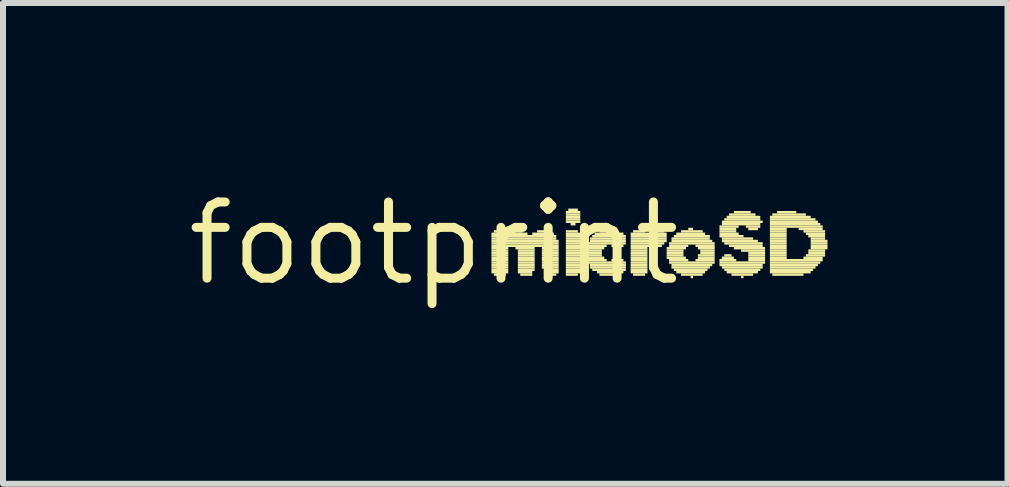
<source format=kicad_pcb>
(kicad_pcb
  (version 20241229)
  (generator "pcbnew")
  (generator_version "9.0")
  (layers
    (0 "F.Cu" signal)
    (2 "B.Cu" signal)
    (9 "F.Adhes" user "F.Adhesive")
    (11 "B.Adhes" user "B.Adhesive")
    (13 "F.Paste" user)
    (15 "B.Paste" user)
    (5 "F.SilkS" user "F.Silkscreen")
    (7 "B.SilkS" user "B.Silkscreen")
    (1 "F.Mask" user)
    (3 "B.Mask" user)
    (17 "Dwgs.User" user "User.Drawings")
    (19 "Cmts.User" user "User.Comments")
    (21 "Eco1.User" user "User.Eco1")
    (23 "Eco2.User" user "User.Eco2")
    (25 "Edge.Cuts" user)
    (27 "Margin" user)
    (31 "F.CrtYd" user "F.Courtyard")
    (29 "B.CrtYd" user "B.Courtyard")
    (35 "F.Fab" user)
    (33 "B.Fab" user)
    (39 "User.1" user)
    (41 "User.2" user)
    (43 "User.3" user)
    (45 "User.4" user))
  (footprint "footprint"
    (layer "F.Cu")
    (at 4.18 1.006)
    (property "Reference" "footprint" (at 0 0 0) (layer "F.SilkS") (effects (font (size 1.27 1.27) (thickness 0.15))))
    (fp_poly (pts (xy 0.96 -0.14) (xy 1.2 -0.14) (xy 1.2 -0.18) (xy 0.96 -0.18)) (stroke (width 0) (type solid)) (fill yes) (layer "F.SilkS"))
    (fp_poly (pts (xy 0.96 -0.1) (xy 2.04 -0.1) (xy 2.04 -0.14) (xy 0.96 -0.14)) (stroke (width 0) (type solid)) (fill yes) (layer "F.SilkS"))
    (fp_poly (pts (xy 0.96 -0.06) (xy 2.04 -0.06) (xy 2.04 -0.1) (xy 0.96 -0.1)) (stroke (width 0) (type solid)) (fill yes) (layer "F.SilkS"))
    (fp_poly (pts (xy 0.96 -0.02) (xy 2.08 -0.02) (xy 2.08 -0.06) (xy 0.96 -0.06)) (stroke (width 0) (type solid)) (fill yes) (layer "F.SilkS"))
    (fp_poly (pts (xy 0.96 0.02) (xy 2.08 0.02) (xy 2.08 -0.02) (xy 0.96 -0.02)) (stroke (width 0) (type solid)) (fill yes) (layer "F.SilkS"))
    (fp_poly (pts (xy 0.96 0.06) (xy 2.08 0.06) (xy 2.08 0.02) (xy 0.96 0.02)) (stroke (width 0) (type solid)) (fill yes) (layer "F.SilkS"))
    (fp_poly (pts (xy 0.96 0.1) (xy 1.24 0.1) (xy 1.24 0.06) (xy 0.96 0.06)) (stroke (width 0) (type solid)) (fill yes) (layer "F.SilkS"))
    (fp_poly (pts (xy 0.96 0.14) (xy 1.24 0.14) (xy 1.24 0.1) (xy 0.96 0.1)) (stroke (width 0) (type solid)) (fill yes) (layer "F.SilkS"))
    (fp_poly (pts (xy 0.96 0.18) (xy 1.24 0.18) (xy 1.24 0.14) (xy 0.96 0.14)) (stroke (width 0) (type solid)) (fill yes) (layer "F.SilkS"))
    (fp_poly (pts (xy 0.96 0.22) (xy 1.24 0.22) (xy 1.24 0.18) (xy 0.96 0.18)) (stroke (width 0) (type solid)) (fill yes) (layer "F.SilkS"))
    (fp_poly (pts (xy 0.96 0.26) (xy 1.24 0.26) (xy 1.24 0.22) (xy 0.96 0.22)) (stroke (width 0) (type solid)) (fill yes) (layer "F.SilkS"))
    (fp_poly (pts (xy 0.96 0.3) (xy 1.24 0.3) (xy 1.24 0.26) (xy 0.96 0.26)) (stroke (width 0) (type solid)) (fill yes) (layer "F.SilkS"))
    (fp_poly (pts (xy 0.96 0.34) (xy 1.24 0.34) (xy 1.24 0.3) (xy 0.96 0.3)) (stroke (width 0) (type solid)) (fill yes) (layer "F.SilkS"))
    (fp_poly (pts (xy 0.96 0.38) (xy 1.24 0.38) (xy 1.24 0.34) (xy 0.96 0.34)) (stroke (width 0) (type solid)) (fill yes) (layer "F.SilkS"))
    (fp_poly (pts (xy 0.96 0.42) (xy 1.24 0.42) (xy 1.24 0.38) (xy 0.96 0.38)) (stroke (width 0) (type solid)) (fill yes) (layer "F.SilkS"))
    (fp_poly (pts (xy 0.96 0.46) (xy 1.24 0.46) (xy 1.24 0.42) (xy 0.96 0.42)) (stroke (width 0) (type solid)) (fill yes) (layer "F.SilkS"))
    (fp_poly (pts (xy 0.96 0.5) (xy 1.24 0.5) (xy 1.24 0.46) (xy 0.96 0.46)) (stroke (width 0) (type solid)) (fill yes) (layer "F.SilkS"))
    (fp_poly (pts (xy 1 -0.18) (xy 1.2 -0.18) (xy 1.2 -0.22) (xy 1 -0.22)) (stroke (width 0) (type solid)) (fill yes) (layer "F.SilkS"))
    (fp_poly (pts (xy 1 0.54) (xy 1.2 0.54) (xy 1.2 0.5) (xy 1 0.5)) (stroke (width 0) (type solid)) (fill yes) (layer "F.SilkS"))
    (fp_poly (pts (xy 1.24 -0.14) (xy 1.56 -0.14) (xy 1.56 -0.18) (xy 1.24 -0.18)) (stroke (width 0) (type solid)) (fill yes) (layer "F.SilkS"))
    (fp_poly (pts (xy 1.28 -0.18) (xy 1.48 -0.18) (xy 1.48 -0.22) (xy 1.28 -0.22)) (stroke (width 0) (type solid)) (fill yes) (layer "F.SilkS"))
    (fp_poly (pts (xy 1.36 0.1) (xy 1.68 0.1) (xy 1.68 0.06) (xy 1.36 0.06)) (stroke (width 0) (type solid)) (fill yes) (layer "F.SilkS"))
    (fp_poly (pts (xy 1.4 0.14) (xy 1.68 0.14) (xy 1.68 0.1) (xy 1.4 0.1)) (stroke (width 0) (type solid)) (fill yes) (layer "F.SilkS"))
    (fp_poly (pts (xy 1.4 0.18) (xy 1.68 0.18) (xy 1.68 0.14) (xy 1.4 0.14)) (stroke (width 0) (type solid)) (fill yes) (layer "F.SilkS"))
    (fp_poly (pts (xy 1.4 0.22) (xy 1.68 0.22) (xy 1.68 0.18) (xy 1.4 0.18)) (stroke (width 0) (type solid)) (fill yes) (layer "F.SilkS"))
    (fp_poly (pts (xy 1.4 0.26) (xy 1.68 0.26) (xy 1.68 0.22) (xy 1.4 0.22)) (stroke (width 0) (type solid)) (fill yes) (layer "F.SilkS"))
    (fp_poly (pts (xy 1.4 0.3) (xy 1.68 0.3) (xy 1.68 0.26) (xy 1.4 0.26)) (stroke (width 0) (type solid)) (fill yes) (layer "F.SilkS"))
    (fp_poly (pts (xy 1.4 0.34) (xy 1.68 0.34) (xy 1.68 0.3) (xy 1.4 0.3)) (stroke (width 0) (type solid)) (fill yes) (layer "F.SilkS"))
    (fp_poly (pts (xy 1.4 0.38) (xy 1.68 0.38) (xy 1.68 0.34) (xy 1.4 0.34)) (stroke (width 0) (type solid)) (fill yes) (layer "F.SilkS"))
    (fp_poly (pts (xy 1.4 0.42) (xy 1.68 0.42) (xy 1.68 0.38) (xy 1.4 0.38)) (stroke (width 0) (type solid)) (fill yes) (layer "F.SilkS"))
    (fp_poly (pts (xy 1.4 0.46) (xy 1.68 0.46) (xy 1.68 0.42) (xy 1.4 0.42)) (stroke (width 0) (type solid)) (fill yes) (layer "F.SilkS"))
    (fp_poly (pts (xy 1.4 0.5) (xy 1.64 0.5) (xy 1.64 0.46) (xy 1.4 0.46)) (stroke (width 0) (type solid)) (fill yes) (layer "F.SilkS"))
    (fp_poly (pts (xy 1.44 0.54) (xy 1.64 0.54) (xy 1.64 0.5) (xy 1.44 0.5)) (stroke (width 0) (type solid)) (fill yes) (layer "F.SilkS"))
    (fp_poly (pts (xy 1.64 -0.14) (xy 2 -0.14) (xy 2 -0.18) (xy 1.64 -0.18)) (stroke (width 0) (type solid)) (fill yes) (layer "F.SilkS"))
    (fp_poly (pts (xy 1.72 -0.18) (xy 1.92 -0.18) (xy 1.92 -0.22) (xy 1.72 -0.22)) (stroke (width 0) (type solid)) (fill yes) (layer "F.SilkS"))
    (fp_poly (pts (xy 1.8 0.1) (xy 2.08 0.1) (xy 2.08 0.06) (xy 1.8 0.06)) (stroke (width 0) (type solid)) (fill yes) (layer "F.SilkS"))
    (fp_poly (pts (xy 1.8 0.14) (xy 2.08 0.14) (xy 2.08 0.1) (xy 1.8 0.1)) (stroke (width 0) (type solid)) (fill yes) (layer "F.SilkS"))
    (fp_poly (pts (xy 1.8 0.18) (xy 2.08 0.18) (xy 2.08 0.14) (xy 1.8 0.14)) (stroke (width 0) (type solid)) (fill yes) (layer "F.SilkS"))
    (fp_poly (pts (xy 1.8 0.22) (xy 2.08 0.22) (xy 2.08 0.18) (xy 1.8 0.18)) (stroke (width 0) (type solid)) (fill yes) (layer "F.SilkS"))
    (fp_poly (pts (xy 1.8 0.26) (xy 2.08 0.26) (xy 2.08 0.22) (xy 1.8 0.22)) (stroke (width 0) (type solid)) (fill yes) (layer "F.SilkS"))
    (fp_poly (pts (xy 1.8 0.3) (xy 2.08 0.3) (xy 2.08 0.26) (xy 1.8 0.26)) (stroke (width 0) (type solid)) (fill yes) (layer "F.SilkS"))
    (fp_poly (pts (xy 1.8 0.34) (xy 2.08 0.34) (xy 2.08 0.3) (xy 1.8 0.3)) (stroke (width 0) (type solid)) (fill yes) (layer "F.SilkS"))
    (fp_poly (pts (xy 1.8 0.38) (xy 2.08 0.38) (xy 2.08 0.34) (xy 1.8 0.34)) (stroke (width 0) (type solid)) (fill yes) (layer "F.SilkS"))
    (fp_poly (pts (xy 1.8 0.42) (xy 2.08 0.42) (xy 2.08 0.38) (xy 1.8 0.38)) (stroke (width 0) (type solid)) (fill yes) (layer "F.SilkS"))
    (fp_poly (pts (xy 1.84 0.46) (xy 2.08 0.46) (xy 2.08 0.42) (xy 1.84 0.42)) (stroke (width 0) (type solid)) (fill yes) (layer "F.SilkS"))
    (fp_poly (pts (xy 1.84 0.5) (xy 2.08 0.5) (xy 2.08 0.46) (xy 1.84 0.46)) (stroke (width 0) (type solid)) (fill yes) (layer "F.SilkS"))
    (fp_poly (pts (xy 1.84 0.54) (xy 2.04 0.54) (xy 2.04 0.5) (xy 1.84 0.5)) (stroke (width 0) (type solid)) (fill yes) (layer "F.SilkS"))
    (fp_poly (pts (xy 2.2 -0.5) (xy 2.44 -0.5) (xy 2.44 -0.54) (xy 2.2 -0.54)) (stroke (width 0) (type solid)) (fill yes) (layer "F.SilkS"))
    (fp_poly (pts (xy 2.2 -0.46) (xy 2.44 -0.46) (xy 2.44 -0.5) (xy 2.2 -0.5)) (stroke (width 0) (type solid)) (fill yes) (layer "F.SilkS"))
    (fp_poly (pts (xy 2.2 -0.42) (xy 2.44 -0.42) (xy 2.44 -0.46) (xy 2.2 -0.46)) (stroke (width 0) (type solid)) (fill yes) (layer "F.SilkS"))
    (fp_poly (pts (xy 2.2 -0.38) (xy 2.44 -0.38) (xy 2.44 -0.42) (xy 2.2 -0.42)) (stroke (width 0) (type solid)) (fill yes) (layer "F.SilkS"))
    (fp_poly (pts (xy 2.2 -0.34) (xy 2.44 -0.34) (xy 2.44 -0.38) (xy 2.2 -0.38)) (stroke (width 0) (type solid)) (fill yes) (layer "F.SilkS"))
    (fp_poly (pts (xy 2.2 -0.18) (xy 2.4 -0.18) (xy 2.4 -0.22) (xy 2.2 -0.22)) (stroke (width 0) (type solid)) (fill yes) (layer "F.SilkS"))
    (fp_poly (pts (xy 2.2 -0.14) (xy 2.44 -0.14) (xy 2.44 -0.18) (xy 2.2 -0.18)) (stroke (width 0) (type solid)) (fill yes) (layer "F.SilkS"))
    (fp_poly (pts (xy 2.2 -0.1) (xy 2.44 -0.1) (xy 2.44 -0.14) (xy 2.2 -0.14)) (stroke (width 0) (type solid)) (fill yes) (layer "F.SilkS"))
    (fp_poly (pts (xy 2.2 -0.06) (xy 2.44 -0.06) (xy 2.44 -0.1) (xy 2.2 -0.1)) (stroke (width 0) (type solid)) (fill yes) (layer "F.SilkS"))
    (fp_poly (pts (xy 2.2 -0.02) (xy 2.44 -0.02) (xy 2.44 -0.06) (xy 2.2 -0.06)) (stroke (width 0) (type solid)) (fill yes) (layer "F.SilkS"))
    (fp_poly (pts (xy 2.2 0.02) (xy 2.44 0.02) (xy 2.44 -0.02) (xy 2.2 -0.02)) (stroke (width 0) (type solid)) (fill yes) (layer "F.SilkS"))
    (fp_poly (pts (xy 2.2 0.06) (xy 2.44 0.06) (xy 2.44 0.02) (xy 2.2 0.02)) (stroke (width 0) (type solid)) (fill yes) (layer "F.SilkS"))
    (fp_poly (pts (xy 2.2 0.1) (xy 2.44 0.1) (xy 2.44 0.06) (xy 2.2 0.06)) (stroke (width 0) (type solid)) (fill yes) (layer "F.SilkS"))
    (fp_poly (pts (xy 2.2 0.14) (xy 2.44 0.14) (xy 2.44 0.1) (xy 2.2 0.1)) (stroke (width 0) (type solid)) (fill yes) (layer "F.SilkS"))
    (fp_poly (pts (xy 2.2 0.18) (xy 2.44 0.18) (xy 2.44 0.14) (xy 2.2 0.14)) (stroke (width 0) (type solid)) (fill yes) (layer "F.SilkS"))
    (fp_poly (pts (xy 2.2 0.22) (xy 2.44 0.22) (xy 2.44 0.18) (xy 2.2 0.18)) (stroke (width 0) (type solid)) (fill yes) (layer "F.SilkS"))
    (fp_poly (pts (xy 2.2 0.26) (xy 2.44 0.26) (xy 2.44 0.22) (xy 2.2 0.22)) (stroke (width 0) (type solid)) (fill yes) (layer "F.SilkS"))
    (fp_poly (pts (xy 2.2 0.3) (xy 2.44 0.3) (xy 2.44 0.26) (xy 2.2 0.26)) (stroke (width 0) (type solid)) (fill yes) (layer "F.SilkS"))
    (fp_poly (pts (xy 2.2 0.34) (xy 2.44 0.34) (xy 2.44 0.3) (xy 2.2 0.3)) (stroke (width 0) (type solid)) (fill yes) (layer "F.SilkS"))
    (fp_poly (pts (xy 2.2 0.38) (xy 2.44 0.38) (xy 2.44 0.34) (xy 2.2 0.34)) (stroke (width 0) (type solid)) (fill yes) (layer "F.SilkS"))
    (fp_poly (pts (xy 2.2 0.42) (xy 2.44 0.42) (xy 2.44 0.38) (xy 2.2 0.38)) (stroke (width 0) (type solid)) (fill yes) (layer "F.SilkS"))
    (fp_poly (pts (xy 2.2 0.46) (xy 2.44 0.46) (xy 2.44 0.42) (xy 2.2 0.42)) (stroke (width 0) (type solid)) (fill yes) (layer "F.SilkS"))
    (fp_poly (pts (xy 2.2 0.5) (xy 2.44 0.5) (xy 2.44 0.46) (xy 2.2 0.46)) (stroke (width 0) (type solid)) (fill yes) (layer "F.SilkS"))
    (fp_poly (pts (xy 2.2 0.54) (xy 2.4 0.54) (xy 2.4 0.5) (xy 2.2 0.5)) (stroke (width 0) (type solid)) (fill yes) (layer "F.SilkS"))
    (fp_poly (pts (xy 2.24 -0.54) (xy 2.4 -0.54) (xy 2.4 -0.58) (xy 2.24 -0.58)) (stroke (width 0) (type solid)) (fill yes) (layer "F.SilkS"))
    (fp_poly (pts (xy 2.28 -0.3) (xy 2.36 -0.3) (xy 2.36 -0.34) (xy 2.28 -0.34)) (stroke (width 0) (type solid)) (fill yes) (layer "F.SilkS"))
    (fp_poly (pts (xy 2.52 0.1) (xy 2.84 0.1) (xy 2.84 0.06) (xy 2.52 0.06)) (stroke (width 0) (type solid)) (fill yes) (layer "F.SilkS"))
    (fp_poly (pts (xy 2.52 0.14) (xy 2.8 0.14) (xy 2.8 0.1) (xy 2.52 0.1)) (stroke (width 0) (type solid)) (fill yes) (layer "F.SilkS"))
    (fp_poly (pts (xy 2.52 0.18) (xy 2.8 0.18) (xy 2.8 0.14) (xy 2.52 0.14)) (stroke (width 0) (type solid)) (fill yes) (layer "F.SilkS"))
    (fp_poly (pts (xy 2.52 0.22) (xy 2.8 0.22) (xy 2.8 0.18) (xy 2.52 0.18)) (stroke (width 0) (type solid)) (fill yes) (layer "F.SilkS"))
    (fp_poly (pts (xy 2.52 0.26) (xy 2.84 0.26) (xy 2.84 0.22) (xy 2.52 0.22)) (stroke (width 0) (type solid)) (fill yes) (layer "F.SilkS"))
    (fp_poly (pts (xy 2.56 0.02) (xy 3.2 0.02) (xy 3.2 -0.02) (xy 2.56 -0.02)) (stroke (width 0) (type solid)) (fill yes) (layer "F.SilkS"))
    (fp_poly (pts (xy 2.56 0.06) (xy 2.88 0.06) (xy 2.88 0.02) (xy 2.56 0.02)) (stroke (width 0) (type solid)) (fill yes) (layer "F.SilkS"))
    (fp_poly (pts (xy 2.56 0.3) (xy 2.88 0.3) (xy 2.88 0.26) (xy 2.56 0.26)) (stroke (width 0) (type solid)) (fill yes) (layer "F.SilkS"))
    (fp_poly (pts (xy 2.56 0.34) (xy 3.2 0.34) (xy 3.2 0.3) (xy 2.56 0.3)) (stroke (width 0) (type solid)) (fill yes) (layer "F.SilkS"))
    (fp_poly (pts (xy 2.6 -0.06) (xy 3.2 -0.06) (xy 3.2 -0.1) (xy 2.6 -0.1)) (stroke (width 0) (type solid)) (fill yes) (layer "F.SilkS"))
    (fp_poly (pts (xy 2.6 -0.02) (xy 3.2 -0.02) (xy 3.2 -0.06) (xy 2.6 -0.06)) (stroke (width 0) (type solid)) (fill yes) (layer "F.SilkS"))
    (fp_poly (pts (xy 2.6 0.38) (xy 3.2 0.38) (xy 3.2 0.34) (xy 2.6 0.34)) (stroke (width 0) (type solid)) (fill yes) (layer "F.SilkS"))
    (fp_poly (pts (xy 2.6 0.42) (xy 3.2 0.42) (xy 3.2 0.38) (xy 2.6 0.38)) (stroke (width 0) (type solid)) (fill yes) (layer "F.SilkS"))
    (fp_poly (pts (xy 2.64 -0.1) (xy 3.2 -0.1) (xy 3.2 -0.14) (xy 2.64 -0.14)) (stroke (width 0) (type solid)) (fill yes) (layer "F.SilkS"))
    (fp_poly (pts (xy 2.64 0.46) (xy 3.2 0.46) (xy 3.2 0.42) (xy 2.64 0.42)) (stroke (width 0) (type solid)) (fill yes) (layer "F.SilkS"))
    (fp_poly (pts (xy 2.68 -0.14) (xy 3.16 -0.14) (xy 3.16 -0.18) (xy 2.68 -0.18)) (stroke (width 0) (type solid)) (fill yes) (layer "F.SilkS"))
    (fp_poly (pts (xy 2.72 0.5) (xy 3.16 0.5) (xy 3.16 0.46) (xy 2.72 0.46)) (stroke (width 0) (type solid)) (fill yes) (layer "F.SilkS"))
    (fp_poly (pts (xy 2.76 -0.18) (xy 3.08 -0.18) (xy 3.08 -0.22) (xy 2.76 -0.22)) (stroke (width 0) (type solid)) (fill yes) (layer "F.SilkS"))
    (fp_poly (pts (xy 2.76 0.54) (xy 3.08 0.54) (xy 3.08 0.5) (xy 2.76 0.5)) (stroke (width 0) (type solid)) (fill yes) (layer "F.SilkS"))
    (fp_poly (pts (xy 2.96 0.06) (xy 3.16 0.06) (xy 3.16 0.02) (xy 2.96 0.02)) (stroke (width 0) (type solid)) (fill yes) (layer "F.SilkS"))
    (fp_poly (pts (xy 2.96 0.3) (xy 3.16 0.3) (xy 3.16 0.26) (xy 2.96 0.26)) (stroke (width 0) (type solid)) (fill yes) (layer "F.SilkS"))
    (fp_poly (pts (xy 3.04 0.1) (xy 3.12 0.1) (xy 3.12 0.06) (xy 3.04 0.06)) (stroke (width 0) (type solid)) (fill yes) (layer "F.SilkS"))
    (fp_poly (pts (xy 3.04 0.26) (xy 3.12 0.26) (xy 3.12 0.22) (xy 3.04 0.22)) (stroke (width 0) (type solid)) (fill yes) (layer "F.SilkS"))
    (fp_poly (pts (xy 3.28 -0.14) (xy 3.88 -0.14) (xy 3.88 -0.18) (xy 3.28 -0.18)) (stroke (width 0) (type solid)) (fill yes) (layer "F.SilkS"))
    (fp_poly (pts (xy 3.28 -0.1) (xy 3.88 -0.1) (xy 3.88 -0.14) (xy 3.28 -0.14)) (stroke (width 0) (type solid)) (fill yes) (layer "F.SilkS"))
    (fp_poly (pts (xy 3.28 -0.06) (xy 3.88 -0.06) (xy 3.88 -0.1) (xy 3.28 -0.1)) (stroke (width 0) (type solid)) (fill yes) (layer "F.SilkS"))
    (fp_poly (pts (xy 3.28 -0.02) (xy 3.88 -0.02) (xy 3.88 -0.06) (xy 3.28 -0.06)) (stroke (width 0) (type solid)) (fill yes) (layer "F.SilkS"))
    (fp_poly (pts (xy 3.28 0.02) (xy 3.84 0.02) (xy 3.84 -0.02) (xy 3.28 -0.02)) (stroke (width 0) (type solid)) (fill yes) (layer "F.SilkS"))
    (fp_poly (pts (xy 3.28 0.06) (xy 3.6 0.06) (xy 3.6 0.02) (xy 3.28 0.02)) (stroke (width 0) (type solid)) (fill yes) (layer "F.SilkS"))
    (fp_poly (pts (xy 3.28 0.1) (xy 3.56 0.1) (xy 3.56 0.06) (xy 3.28 0.06)) (stroke (width 0) (type solid)) (fill yes) (layer "F.SilkS"))
    (fp_poly (pts (xy 3.28 0.14) (xy 3.56 0.14) (xy 3.56 0.1) (xy 3.28 0.1)) (stroke (width 0) (type solid)) (fill yes) (layer "F.SilkS"))
    (fp_poly (pts (xy 3.28 0.18) (xy 3.56 0.18) (xy 3.56 0.14) (xy 3.28 0.14)) (stroke (width 0) (type solid)) (fill yes) (layer "F.SilkS"))
    (fp_poly (pts (xy 3.28 0.22) (xy 3.56 0.22) (xy 3.56 0.18) (xy 3.28 0.18)) (stroke (width 0) (type solid)) (fill yes) (layer "F.SilkS"))
    (fp_poly (pts (xy 3.28 0.26) (xy 3.56 0.26) (xy 3.56 0.22) (xy 3.28 0.22)) (stroke (width 0) (type solid)) (fill yes) (layer "F.SilkS"))
    (fp_poly (pts (xy 3.28 0.3) (xy 3.56 0.3) (xy 3.56 0.26) (xy 3.28 0.26)) (stroke (width 0) (type solid)) (fill yes) (layer "F.SilkS"))
    (fp_poly (pts (xy 3.28 0.34) (xy 3.56 0.34) (xy 3.56 0.3) (xy 3.28 0.3)) (stroke (width 0) (type solid)) (fill yes) (layer "F.SilkS"))
    (fp_poly (pts (xy 3.28 0.38) (xy 3.56 0.38) (xy 3.56 0.34) (xy 3.28 0.34)) (stroke (width 0) (type solid)) (fill yes) (layer "F.SilkS"))
    (fp_poly (pts (xy 3.28 0.42) (xy 3.56 0.42) (xy 3.56 0.38) (xy 3.28 0.38)) (stroke (width 0) (type solid)) (fill yes) (layer "F.SilkS"))
    (fp_poly (pts (xy 3.28 0.46) (xy 3.56 0.46) (xy 3.56 0.42) (xy 3.28 0.42)) (stroke (width 0) (type solid)) (fill yes) (layer "F.SilkS"))
    (fp_poly (pts (xy 3.28 0.5) (xy 3.56 0.5) (xy 3.56 0.46) (xy 3.28 0.46)) (stroke (width 0) (type solid)) (fill yes) (layer "F.SilkS"))
    (fp_poly (pts (xy 3.32 -0.18) (xy 3.52 -0.18) (xy 3.52 -0.22) (xy 3.32 -0.22)) (stroke (width 0) (type solid)) (fill yes) (layer "F.SilkS"))
    (fp_poly (pts (xy 3.32 0.54) (xy 3.52 0.54) (xy 3.52 0.5) (xy 3.32 0.5)) (stroke (width 0) (type solid)) (fill yes) (layer "F.SilkS"))
    (fp_poly (pts (xy 3.6 -0.18) (xy 3.84 -0.18) (xy 3.84 -0.22) (xy 3.6 -0.22)) (stroke (width 0) (type solid)) (fill yes) (layer "F.SilkS"))
    (fp_poly (pts (xy 3.72 0.06) (xy 3.8 0.06) (xy 3.8 0.02) (xy 3.72 0.02)) (stroke (width 0) (type solid)) (fill yes) (layer "F.SilkS"))
    (fp_poly (pts (xy 3.88 0.1) (xy 4.2 0.1) (xy 4.2 0.06) (xy 3.88 0.06)) (stroke (width 0) (type solid)) (fill yes) (layer "F.SilkS"))
    (fp_poly (pts (xy 3.88 0.14) (xy 4.16 0.14) (xy 4.16 0.1) (xy 3.88 0.1)) (stroke (width 0) (type solid)) (fill yes) (layer "F.SilkS"))
    (fp_poly (pts (xy 3.88 0.18) (xy 4.16 0.18) (xy 4.16 0.14) (xy 3.88 0.14)) (stroke (width 0) (type solid)) (fill yes) (layer "F.SilkS"))
    (fp_poly (pts (xy 3.88 0.22) (xy 4.16 0.22) (xy 4.16 0.18) (xy 3.88 0.18)) (stroke (width 0) (type solid)) (fill yes) (layer "F.SilkS"))
    (fp_poly (pts (xy 3.88 0.26) (xy 4.2 0.26) (xy 4.2 0.22) (xy 3.88 0.22)) (stroke (width 0) (type solid)) (fill yes) (layer "F.SilkS"))
    (fp_poly (pts (xy 3.92 0.02) (xy 4.68 0.02) (xy 4.68 -0.02) (xy 3.92 -0.02)) (stroke (width 0) (type solid)) (fill yes) (layer "F.SilkS"))
    (fp_poly (pts (xy 3.92 0.06) (xy 4.24 0.06) (xy 4.24 0.02) (xy 3.92 0.02)) (stroke (width 0) (type solid)) (fill yes) (layer "F.SilkS"))
    (fp_poly (pts (xy 3.92 0.3) (xy 4.24 0.3) (xy 4.24 0.26) (xy 3.92 0.26)) (stroke (width 0) (type solid)) (fill yes) (layer "F.SilkS"))
    (fp_poly (pts (xy 3.92 0.34) (xy 4.68 0.34) (xy 4.68 0.3) (xy 3.92 0.3)) (stroke (width 0) (type solid)) (fill yes) (layer "F.SilkS"))
    (fp_poly (pts (xy 3.96 -0.06) (xy 4.6 -0.06) (xy 4.6 -0.1) (xy 3.96 -0.1)) (stroke (width 0) (type solid)) (fill yes) (layer "F.SilkS"))
    (fp_poly (pts (xy 3.96 -0.02) (xy 4.64 -0.02) (xy 4.64 -0.06) (xy 3.96 -0.06)) (stroke (width 0) (type solid)) (fill yes) (layer "F.SilkS"))
    (fp_poly (pts (xy 3.96 0.38) (xy 4.64 0.38) (xy 4.64 0.34) (xy 3.96 0.34)) (stroke (width 0) (type solid)) (fill yes) (layer "F.SilkS"))
    (fp_poly (pts (xy 3.96 0.42) (xy 4.6 0.42) (xy 4.6 0.38) (xy 3.96 0.38)) (stroke (width 0) (type solid)) (fill yes) (layer "F.SilkS"))
    (fp_poly (pts (xy 4 -0.1) (xy 4.6 -0.1) (xy 4.6 -0.14) (xy 4 -0.14)) (stroke (width 0) (type solid)) (fill yes) (layer "F.SilkS"))
    (fp_poly (pts (xy 4 0.46) (xy 4.56 0.46) (xy 4.56 0.42) (xy 4 0.42)) (stroke (width 0) (type solid)) (fill yes) (layer "F.SilkS"))
    (fp_poly (pts (xy 4.04 -0.14) (xy 4.52 -0.14) (xy 4.52 -0.18) (xy 4.04 -0.18)) (stroke (width 0) (type solid)) (fill yes) (layer "F.SilkS"))
    (fp_poly (pts (xy 4.04 0.5) (xy 4.52 0.5) (xy 4.52 0.46) (xy 4.04 0.46)) (stroke (width 0) (type solid)) (fill yes) (layer "F.SilkS"))
    (fp_poly (pts (xy 4.12 -0.18) (xy 4.48 -0.18) (xy 4.48 -0.22) (xy 4.12 -0.22)) (stroke (width 0) (type solid)) (fill yes) (layer "F.SilkS"))
    (fp_poly (pts (xy 4.12 0.54) (xy 4.48 0.54) (xy 4.48 0.5) (xy 4.12 0.5)) (stroke (width 0) (type solid)) (fill yes) (layer "F.SilkS"))
    (fp_poly (pts (xy 4.24 -0.22) (xy 4.32 -0.22) (xy 4.32 -0.26) (xy 4.24 -0.26)) (stroke (width 0) (type solid)) (fill yes) (layer "F.SilkS"))
    (fp_poly (pts (xy 4.28 0.58) (xy 4.32 0.58) (xy 4.32 0.54) (xy 4.28 0.54)) (stroke (width 0) (type solid)) (fill yes) (layer "F.SilkS"))
    (fp_poly (pts (xy 4.36 0.06) (xy 4.68 0.06) (xy 4.68 0.02) (xy 4.36 0.02)) (stroke (width 0) (type solid)) (fill yes) (layer "F.SilkS"))
    (fp_poly (pts (xy 4.36 0.3) (xy 4.68 0.3) (xy 4.68 0.26) (xy 4.36 0.26)) (stroke (width 0) (type solid)) (fill yes) (layer "F.SilkS"))
    (fp_poly (pts (xy 4.4 0.1) (xy 4.68 0.1) (xy 4.68 0.06) (xy 4.4 0.06)) (stroke (width 0) (type solid)) (fill yes) (layer "F.SilkS"))
    (fp_poly (pts (xy 4.4 0.22) (xy 4.68 0.22) (xy 4.68 0.18) (xy 4.4 0.18)) (stroke (width 0) (type solid)) (fill yes) (layer "F.SilkS"))
    (fp_poly (pts (xy 4.4 0.26) (xy 4.68 0.26) (xy 4.68 0.22) (xy 4.4 0.22)) (stroke (width 0) (type solid)) (fill yes) (layer "F.SilkS"))
    (fp_poly (pts (xy 4.44 0.14) (xy 4.68 0.14) (xy 4.68 0.1) (xy 4.44 0.1)) (stroke (width 0) (type solid)) (fill yes) (layer "F.SilkS"))
    (fp_poly (pts (xy 4.44 0.18) (xy 4.68 0.18) (xy 4.68 0.14) (xy 4.44 0.14)) (stroke (width 0) (type solid)) (fill yes) (layer "F.SilkS"))
    (fp_poly (pts (xy 4.76 -0.26) (xy 5.08 -0.26) (xy 5.08 -0.3) (xy 4.76 -0.3)) (stroke (width 0) (type solid)) (fill yes) (layer "F.SilkS"))
    (fp_poly (pts (xy 4.76 -0.22) (xy 5.04 -0.22) (xy 5.04 -0.26) (xy 4.76 -0.26)) (stroke (width 0) (type solid)) (fill yes) (layer "F.SilkS"))
    (fp_poly (pts (xy 4.76 -0.18) (xy 5.04 -0.18) (xy 5.04 -0.22) (xy 4.76 -0.22)) (stroke (width 0) (type solid)) (fill yes) (layer "F.SilkS"))
    (fp_poly (pts (xy 4.76 -0.14) (xy 5.08 -0.14) (xy 5.08 -0.18) (xy 4.76 -0.18)) (stroke (width 0) (type solid)) (fill yes) (layer "F.SilkS"))
    (fp_poly (pts (xy 4.76 -0.1) (xy 5.16 -0.1) (xy 5.16 -0.14) (xy 4.76 -0.14)) (stroke (width 0) (type solid)) (fill yes) (layer "F.SilkS"))
    (fp_poly (pts (xy 4.76 0.3) (xy 5.04 0.3) (xy 5.04 0.26) (xy 4.76 0.26)) (stroke (width 0) (type solid)) (fill yes) (layer "F.SilkS"))
    (fp_poly (pts (xy 4.76 0.34) (xy 5.52 0.34) (xy 5.52 0.3) (xy 4.76 0.3)) (stroke (width 0) (type solid)) (fill yes) (layer "F.SilkS"))
    (fp_poly (pts (xy 4.76 0.38) (xy 5.48 0.38) (xy 5.48 0.34) (xy 4.76 0.34)) (stroke (width 0) (type solid)) (fill yes) (layer "F.SilkS"))
    (fp_poly (pts (xy 4.8 -0.34) (xy 5.48 -0.34) (xy 5.48 -0.38) (xy 4.8 -0.38)) (stroke (width 0) (type solid)) (fill yes) (layer "F.SilkS"))
    (fp_poly (pts (xy 4.8 -0.3) (xy 5.44 -0.3) (xy 5.44 -0.34) (xy 4.8 -0.34)) (stroke (width 0) (type solid)) (fill yes) (layer "F.SilkS"))
    (fp_poly (pts (xy 4.8 -0.06) (xy 5.32 -0.06) (xy 5.32 -0.1) (xy 4.8 -0.1)) (stroke (width 0) (type solid)) (fill yes) (layer "F.SilkS"))
    (fp_poly (pts (xy 4.8 -0.02) (xy 5.4 -0.02) (xy 5.4 -0.06) (xy 4.8 -0.06)) (stroke (width 0) (type solid)) (fill yes) (layer "F.SilkS"))
    (fp_poly (pts (xy 4.8 0.26) (xy 5 0.26) (xy 5 0.22) (xy 4.8 0.22)) (stroke (width 0) (type solid)) (fill yes) (layer "F.SilkS"))
    (fp_poly (pts (xy 4.8 0.42) (xy 5.48 0.42) (xy 5.48 0.38) (xy 4.8 0.38)) (stroke (width 0) (type solid)) (fill yes) (layer "F.SilkS"))
    (fp_poly (pts (xy 4.84 -0.38) (xy 5.44 -0.38) (xy 5.44 -0.42) (xy 4.84 -0.42)) (stroke (width 0) (type solid)) (fill yes) (layer "F.SilkS"))
    (fp_poly (pts (xy 4.84 0.02) (xy 5.48 0.02) (xy 5.48 -0.02) (xy 4.84 -0.02)) (stroke (width 0) (type solid)) (fill yes) (layer "F.SilkS"))
    (fp_poly (pts (xy 4.84 0.22) (xy 4.96 0.22) (xy 4.96 0.18) (xy 4.84 0.18)) (stroke (width 0) (type solid)) (fill yes) (layer "F.SilkS"))
    (fp_poly (pts (xy 4.84 0.46) (xy 5.44 0.46) (xy 5.44 0.42) (xy 4.84 0.42)) (stroke (width 0) (type solid)) (fill yes) (layer "F.SilkS"))
    (fp_poly (pts (xy 4.88 -0.42) (xy 5.44 -0.42) (xy 5.44 -0.46) (xy 4.88 -0.46)) (stroke (width 0) (type solid)) (fill yes) (layer "F.SilkS"))
    (fp_poly (pts (xy 4.88 0.5) (xy 5.4 0.5) (xy 5.4 0.46) (xy 4.88 0.46)) (stroke (width 0) (type solid)) (fill yes) (layer "F.SilkS"))
    (fp_poly (pts (xy 4.92 -0.46) (xy 5.36 -0.46) (xy 5.36 -0.5) (xy 4.92 -0.5)) (stroke (width 0) (type solid)) (fill yes) (layer "F.SilkS"))
    (fp_poly (pts (xy 4.92 0.06) (xy 5.48 0.06) (xy 5.48 0.02) (xy 4.92 0.02)) (stroke (width 0) (type solid)) (fill yes) (layer "F.SilkS"))
    (fp_poly (pts (xy 4.96 0.54) (xy 5.32 0.54) (xy 5.32 0.5) (xy 4.96 0.5)) (stroke (width 0) (type solid)) (fill yes) (layer "F.SilkS"))
    (fp_poly (pts (xy 5 -0.5) (xy 5.28 -0.5) (xy 5.28 -0.54) (xy 5 -0.54)) (stroke (width 0) (type solid)) (fill yes) (layer "F.SilkS"))
    (fp_poly (pts (xy 5 0.1) (xy 5.52 0.1) (xy 5.52 0.06) (xy 5 0.06)) (stroke (width 0) (type solid)) (fill yes) (layer "F.SilkS"))
    (fp_poly (pts (xy 5.12 0.14) (xy 5.52 0.14) (xy 5.52 0.1) (xy 5.12 0.1)) (stroke (width 0) (type solid)) (fill yes) (layer "F.SilkS"))
    (fp_poly (pts (xy 5.12 0.58) (xy 5.16 0.58) (xy 5.16 0.54) (xy 5.12 0.54)) (stroke (width 0) (type solid)) (fill yes) (layer "F.SilkS"))
    (fp_poly (pts (xy 5.2 -0.26) (xy 5.44 -0.26) (xy 5.44 -0.3) (xy 5.2 -0.3)) (stroke (width 0) (type solid)) (fill yes) (layer "F.SilkS"))
    (fp_poly (pts (xy 5.24 -0.22) (xy 5.4 -0.22) (xy 5.4 -0.26) (xy 5.24 -0.26)) (stroke (width 0) (type solid)) (fill yes) (layer "F.SilkS"))
    (fp_poly (pts (xy 5.24 0.18) (xy 5.52 0.18) (xy 5.52 0.14) (xy 5.24 0.14)) (stroke (width 0) (type solid)) (fill yes) (layer "F.SilkS"))
    (fp_poly (pts (xy 5.24 0.22) (xy 5.52 0.22) (xy 5.52 0.18) (xy 5.24 0.18)) (stroke (width 0) (type solid)) (fill yes) (layer "F.SilkS"))
    (fp_poly (pts (xy 5.24 0.26) (xy 5.52 0.26) (xy 5.52 0.22) (xy 5.24 0.22)) (stroke (width 0) (type solid)) (fill yes) (layer "F.SilkS"))
    (fp_poly (pts (xy 5.24 0.3) (xy 5.52 0.3) (xy 5.52 0.26) (xy 5.24 0.26)) (stroke (width 0) (type solid)) (fill yes) (layer "F.SilkS"))
    (fp_poly (pts (xy 5.6 -0.42) (xy 6.28 -0.42) (xy 6.28 -0.46) (xy 5.6 -0.46)) (stroke (width 0) (type solid)) (fill yes) (layer "F.SilkS"))
    (fp_poly (pts (xy 5.6 -0.38) (xy 6.36 -0.38) (xy 6.36 -0.42) (xy 5.6 -0.42)) (stroke (width 0) (type solid)) (fill yes) (layer "F.SilkS"))
    (fp_poly (pts (xy 5.6 -0.34) (xy 6.4 -0.34) (xy 6.4 -0.38) (xy 5.6 -0.38)) (stroke (width 0) (type solid)) (fill yes) (layer "F.SilkS"))
    (fp_poly (pts (xy 5.6 -0.3) (xy 6.44 -0.3) (xy 6.44 -0.34) (xy 5.6 -0.34)) (stroke (width 0) (type solid)) (fill yes) (layer "F.SilkS"))
    (fp_poly (pts (xy 5.6 -0.26) (xy 6.48 -0.26) (xy 6.48 -0.3) (xy 5.6 -0.3)) (stroke (width 0) (type solid)) (fill yes) (layer "F.SilkS"))
    (fp_poly (pts (xy 5.6 -0.22) (xy 5.88 -0.22) (xy 5.88 -0.26) (xy 5.6 -0.26)) (stroke (width 0) (type solid)) (fill yes) (layer "F.SilkS"))
    (fp_poly (pts (xy 5.6 -0.18) (xy 5.88 -0.18) (xy 5.88 -0.22) (xy 5.6 -0.22)) (stroke (width 0) (type solid)) (fill yes) (layer "F.SilkS"))
    (fp_poly (pts (xy 5.6 -0.14) (xy 5.88 -0.14) (xy 5.88 -0.18) (xy 5.6 -0.18)) (stroke (width 0) (type solid)) (fill yes) (layer "F.SilkS"))
    (fp_poly (pts (xy 5.6 -0.1) (xy 5.88 -0.1) (xy 5.88 -0.14) (xy 5.6 -0.14)) (stroke (width 0) (type solid)) (fill yes) (layer "F.SilkS"))
    (fp_poly (pts (xy 5.6 -0.06) (xy 5.88 -0.06) (xy 5.88 -0.1) (xy 5.6 -0.1)) (stroke (width 0) (type solid)) (fill yes) (layer "F.SilkS"))
    (fp_poly (pts (xy 5.6 -0.02) (xy 5.88 -0.02) (xy 5.88 -0.06) (xy 5.6 -0.06)) (stroke (width 0) (type solid)) (fill yes) (layer "F.SilkS"))
    (fp_poly (pts (xy 5.6 0.02) (xy 5.88 0.02) (xy 5.88 -0.02) (xy 5.6 -0.02)) (stroke (width 0) (type solid)) (fill yes) (layer "F.SilkS"))
    (fp_poly (pts (xy 5.6 0.06) (xy 5.88 0.06) (xy 5.88 0.02) (xy 5.6 0.02)) (stroke (width 0) (type solid)) (fill yes) (layer "F.SilkS"))
    (fp_poly (pts (xy 5.6 0.1) (xy 5.88 0.1) (xy 5.88 0.06) (xy 5.6 0.06)) (stroke (width 0) (type solid)) (fill yes) (layer "F.SilkS"))
    (fp_poly (pts (xy 5.6 0.14) (xy 5.88 0.14) (xy 5.88 0.1) (xy 5.6 0.1)) (stroke (width 0) (type solid)) (fill yes) (layer "F.SilkS"))
    (fp_poly (pts (xy 5.6 0.18) (xy 5.88 0.18) (xy 5.88 0.14) (xy 5.6 0.14)) (stroke (width 0) (type solid)) (fill yes) (layer "F.SilkS"))
    (fp_poly (pts (xy 5.6 0.22) (xy 5.88 0.22) (xy 5.88 0.18) (xy 5.6 0.18)) (stroke (width 0) (type solid)) (fill yes) (layer "F.SilkS"))
    (fp_poly (pts (xy 5.6 0.26) (xy 5.88 0.26) (xy 5.88 0.22) (xy 5.6 0.22)) (stroke (width 0) (type solid)) (fill yes) (layer "F.SilkS"))
    (fp_poly (pts (xy 5.6 0.3) (xy 6.48 0.3) (xy 6.48 0.26) (xy 5.6 0.26)) (stroke (width 0) (type solid)) (fill yes) (layer "F.SilkS"))
    (fp_poly (pts (xy 5.6 0.34) (xy 6.44 0.34) (xy 6.44 0.3) (xy 5.6 0.3)) (stroke (width 0) (type solid)) (fill yes) (layer "F.SilkS"))
    (fp_poly (pts (xy 5.6 0.38) (xy 6.4 0.38) (xy 6.4 0.34) (xy 5.6 0.34)) (stroke (width 0) (type solid)) (fill yes) (layer "F.SilkS"))
    (fp_poly (pts (xy 5.6 0.42) (xy 6.36 0.42) (xy 6.36 0.38) (xy 5.6 0.38)) (stroke (width 0) (type solid)) (fill yes) (layer "F.SilkS"))
    (fp_poly (pts (xy 5.6 0.46) (xy 6.32 0.46) (xy 6.32 0.42) (xy 5.6 0.42)) (stroke (width 0) (type solid)) (fill yes) (layer "F.SilkS"))
    (fp_poly (pts (xy 5.6 0.5) (xy 6.28 0.5) (xy 6.28 0.46) (xy 5.6 0.46)) (stroke (width 0) (type solid)) (fill yes) (layer "F.SilkS"))
    (fp_poly (pts (xy 5.64 -0.46) (xy 6.2 -0.46) (xy 6.2 -0.5) (xy 5.64 -0.5)) (stroke (width 0) (type solid)) (fill yes) (layer "F.SilkS"))
    (fp_poly (pts (xy 5.64 0.54) (xy 6.16 0.54) (xy 6.16 0.5) (xy 5.64 0.5)) (stroke (width 0) (type solid)) (fill yes) (layer "F.SilkS"))
    (fp_poly (pts (xy 5.72 -0.5) (xy 6.04 -0.5) (xy 6.04 -0.54) (xy 5.72 -0.54)) (stroke (width 0) (type solid)) (fill yes) (layer "F.SilkS"))
    (fp_poly (pts (xy 6.08 -0.22) (xy 6.48 -0.22) (xy 6.48 -0.26) (xy 6.08 -0.26)) (stroke (width 0) (type solid)) (fill yes) (layer "F.SilkS"))
    (fp_poly (pts (xy 6.16 -0.18) (xy 6.52 -0.18) (xy 6.52 -0.22) (xy 6.16 -0.22)) (stroke (width 0) (type solid)) (fill yes) (layer "F.SilkS"))
    (fp_poly (pts (xy 6.16 0.26) (xy 6.48 0.26) (xy 6.48 0.22) (xy 6.16 0.22)) (stroke (width 0) (type solid)) (fill yes) (layer "F.SilkS"))
    (fp_poly (pts (xy 6.2 -0.14) (xy 6.52 -0.14) (xy 6.52 -0.18) (xy 6.2 -0.18)) (stroke (width 0) (type solid)) (fill yes) (layer "F.SilkS"))
    (fp_poly (pts (xy 6.2 0.22) (xy 6.52 0.22) (xy 6.52 0.18) (xy 6.2 0.18)) (stroke (width 0) (type solid)) (fill yes) (layer "F.SilkS"))
    (fp_poly (pts (xy 6.24 -0.1) (xy 6.52 -0.1) (xy 6.52 -0.14) (xy 6.24 -0.14)) (stroke (width 0) (type solid)) (fill yes) (layer "F.SilkS"))
    (fp_poly (pts (xy 6.24 0.14) (xy 6.52 0.14) (xy 6.52 0.1) (xy 6.24 0.1)) (stroke (width 0) (type solid)) (fill yes) (layer "F.SilkS"))
    (fp_poly (pts (xy 6.24 0.18) (xy 6.52 0.18) (xy 6.52 0.14) (xy 6.24 0.14)) (stroke (width 0) (type solid)) (fill yes) (layer "F.SilkS"))
    (fp_poly (pts (xy 6.28 -0.06) (xy 6.52 -0.06) (xy 6.52 -0.1) (xy 6.28 -0.1)) (stroke (width 0) (type solid)) (fill yes) (layer "F.SilkS"))
    (fp_poly (pts (xy 6.28 -0.02) (xy 6.56 -0.02) (xy 6.56 -0.06) (xy 6.28 -0.06)) (stroke (width 0) (type solid)) (fill yes) (layer "F.SilkS"))
    (fp_poly (pts (xy 6.28 0.02) (xy 6.56 0.02) (xy 6.56 -0.02) (xy 6.28 -0.02)) (stroke (width 0) (type solid)) (fill yes) (layer "F.SilkS"))
    (fp_poly (pts (xy 6.28 0.06) (xy 6.56 0.06) (xy 6.56 0.02) (xy 6.28 0.02)) (stroke (width 0) (type solid)) (fill yes) (layer "F.SilkS"))
    (fp_poly (pts (xy 6.28 0.1) (xy 6.56 0.1) (xy 6.56 0.06) (xy 6.28 0.06)) (stroke (width 0) (type solid)) (fill yes) (layer "F.SilkS")))
  (gr_rect
    (start -3 -3)
    (end 13.74 5.012)
    (stroke (width 0.1) (type default))
    (fill no)
    (layer "Edge.Cuts")))
</source>
